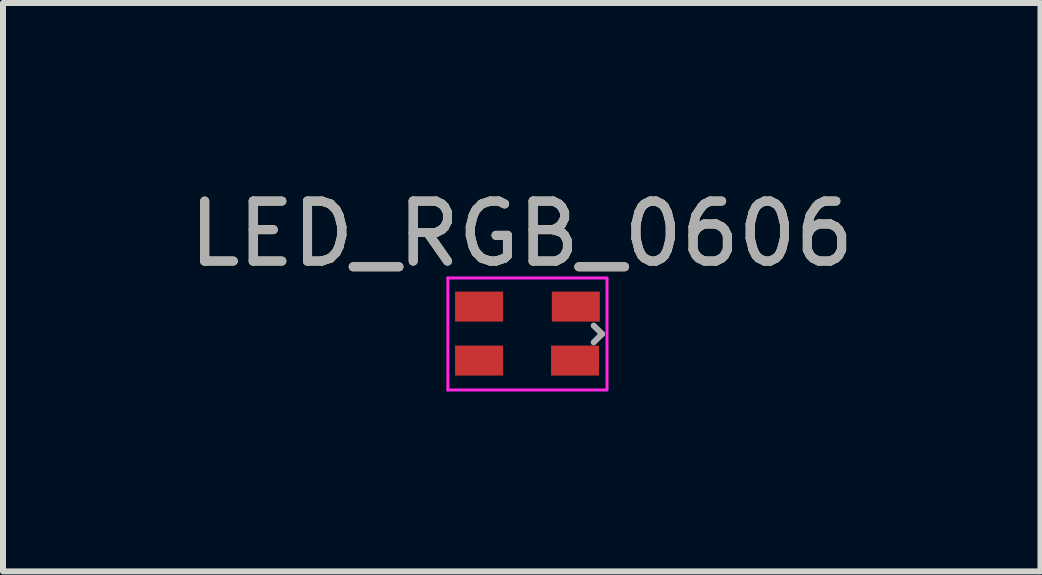
<source format=kicad_pcb>
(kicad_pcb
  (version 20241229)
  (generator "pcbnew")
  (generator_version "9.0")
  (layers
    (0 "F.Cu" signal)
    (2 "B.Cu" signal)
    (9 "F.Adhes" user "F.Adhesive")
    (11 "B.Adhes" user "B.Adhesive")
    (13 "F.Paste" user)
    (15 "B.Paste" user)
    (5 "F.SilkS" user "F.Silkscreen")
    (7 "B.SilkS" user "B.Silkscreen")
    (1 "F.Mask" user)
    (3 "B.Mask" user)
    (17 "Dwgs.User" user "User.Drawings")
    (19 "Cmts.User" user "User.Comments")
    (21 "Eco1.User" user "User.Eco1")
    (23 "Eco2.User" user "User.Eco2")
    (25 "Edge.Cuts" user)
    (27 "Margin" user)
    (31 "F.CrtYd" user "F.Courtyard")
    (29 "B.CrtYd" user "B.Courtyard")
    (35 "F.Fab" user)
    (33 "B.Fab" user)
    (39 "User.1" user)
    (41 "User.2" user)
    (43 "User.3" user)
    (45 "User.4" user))
  (footprint "LED_RGB_0606"
    (layer "F.Cu")
    (at 5.738 2.512)
    (property "Reference" "LED_RGB_0606" (at -0.089 -1.664 0) (layer "F.SilkS") (effects (font (size 1 1) (thickness 0.15))))
    (attr smd)
    (fp_line (start -1.321 -0.927) (end -1.321 0.94) (stroke (width 0.05) (type solid)) (layer "F.CrtYd"))
    (fp_line (start -1.321 0.94) (end 1.321 0.94) (stroke (width 0.05) (type solid)) (layer "F.CrtYd"))
    (fp_line (start 1.333 -0.927) (end -1.321 -0.927) (stroke (width 0.05) (type solid)) (layer "F.CrtYd"))
    (fp_line (start 1.333 0.94) (end 1.333 -0.914) (stroke (width 0.05) (type solid)) (layer "F.CrtYd"))
    (fp_line (start 1.111 0.146) (end 1.251 0.006) (stroke (width 0.1) (type solid)) (layer "F.Fab"))
    (fp_line (start 1.251 0.006) (end 1.111 -0.133) (stroke (width 0.1) (type solid)) (layer "F.Fab"))
    (fp_text user "${REFERENCE}" (at -0.089 -1.664 0) (layer "F.Fab") (effects (font (size 1 1) (thickness 0.15))))
    (pad "1" smd rect (at -0.8 0.45 180) (size 0.8 0.5) (layers "F.Cu" "F.Mask" "F.Paste"))
    (pad "2" smd rect (at -0.8 -0.45 180) (size 0.8 0.5) (layers "F.Cu" "F.Mask" "F.Paste"))
    (pad "3" smd rect (at 0.813 -0.45 180) (size 0.8 0.5) (layers "F.Cu" "F.Mask" "F.Paste"))
    (pad "4" smd rect (at 0.8 0.45 180) (size 0.8 0.5) (layers "F.Cu" "F.Mask" "F.Paste")))
  (gr_rect
    (start -3 -3)
    (end 14.298 6.477)
    (stroke (width 0.1) (type default))
    (fill no)
    (layer "Edge.Cuts")))
</source>
